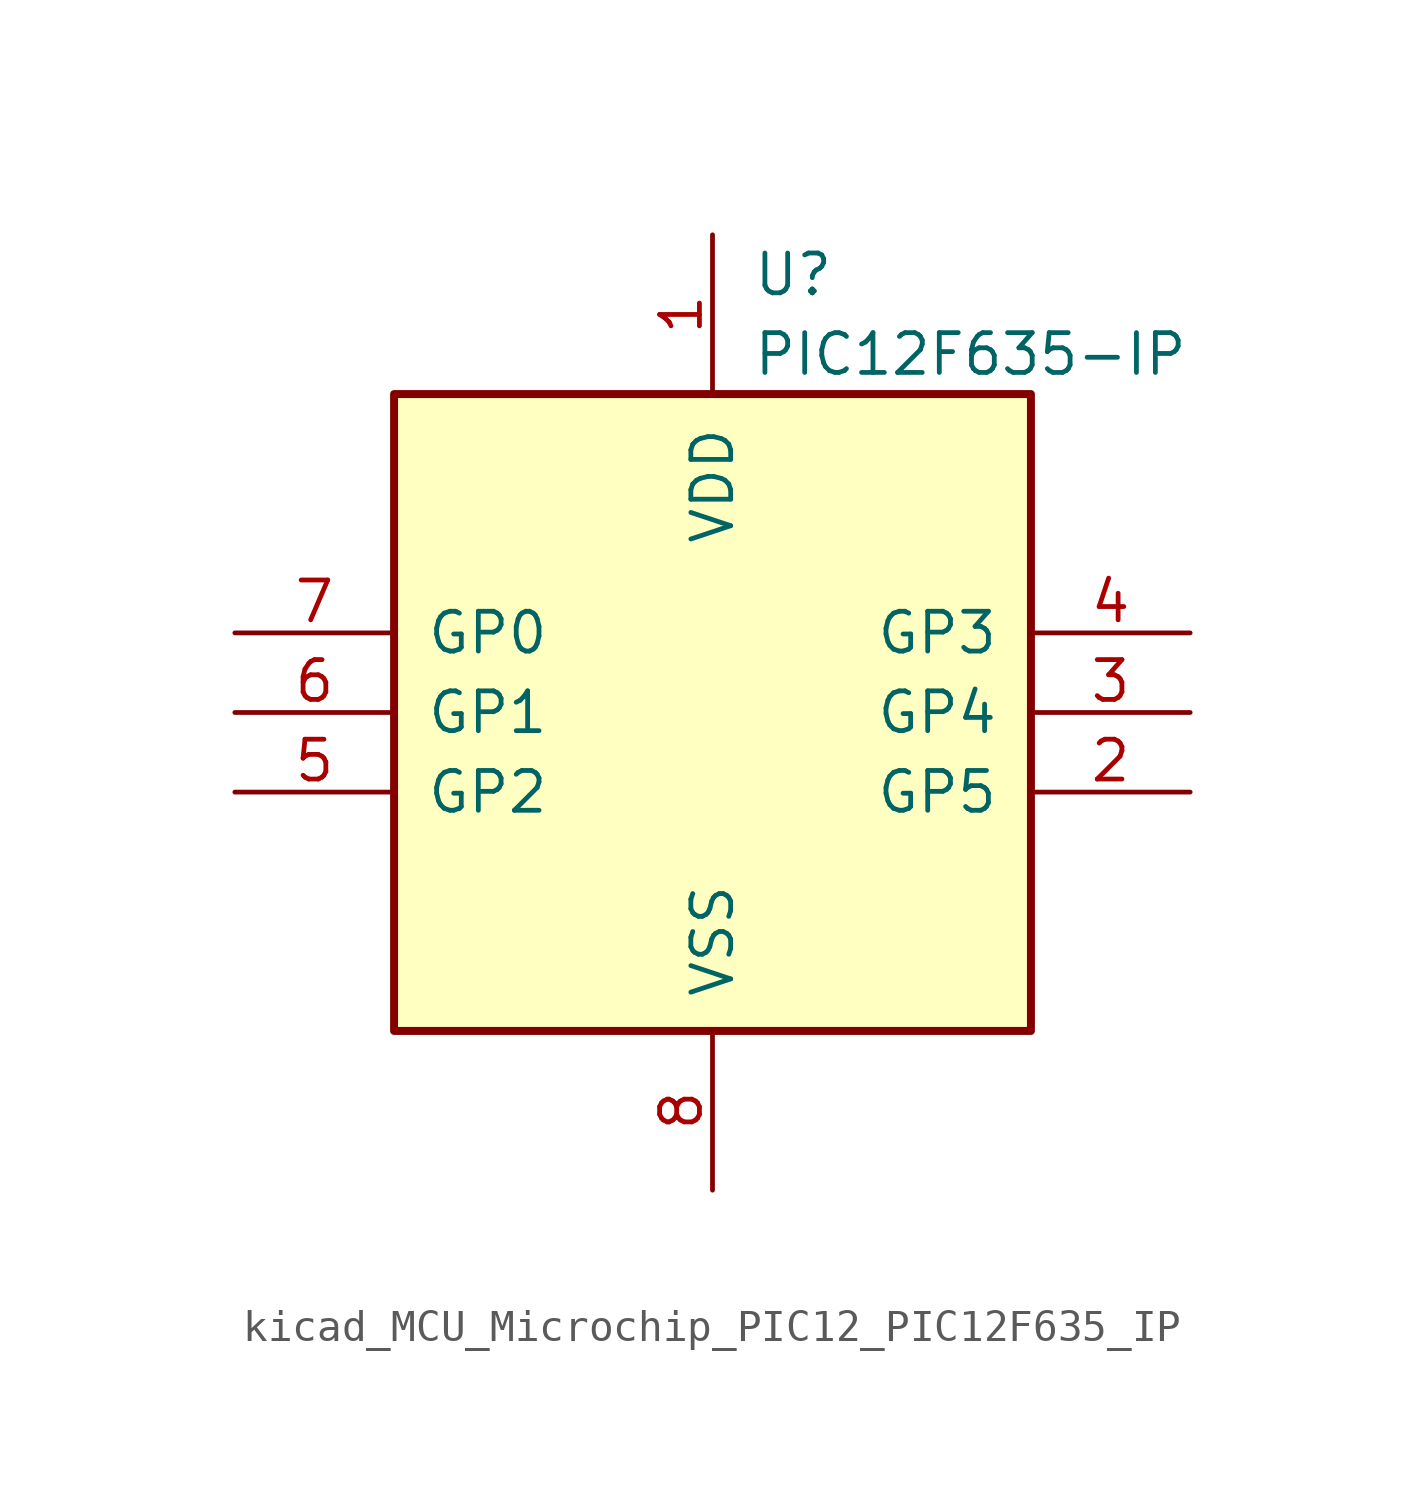
<source format=kicad_sym>
(kicad_symbol_lib
  (version 20220914)
  (generator kicad_symbol_editor)
  (symbol "kicad_MCU_Microchip_PIC12_PIC12F635_IP"
    (pin_names
      (offset 1.016))
    (property "Reference" "U"
      (at 1.27 13.97 0)
      (effects (font (size 1.27 1.27)) (justify left)))
    (property "Value" "PIC12F635-IP"
      (at 1.27 11.43 0)
      (effects (font (size 1.27 1.27)) (justify left)))
    (symbol "kicad_MCU_Microchip_PIC12_PIC12F635_IP_0_1"
      (rectangle (start 10.16 -10.16) (end -10.16 10.16) (stroke (width 0.254) (type default)) (fill (type background))))
    (symbol "kicad_MCU_Microchip_PIC12_PIC12F635_IP_1_1"
      (pin power_in line (at 0 15.24 270) (length 5.08) (name "VDD" (effects (font (size 1.27 1.27)))) (number "1" (effects (font (size 1.27 1.27)))))
      (pin bidirectional line (at 15.24 -2.54 180) (length 5.08) (name "GP5" (effects (font (size 1.27 1.27)))) (number "2" (effects (font (size 1.27 1.27)))))
      (pin bidirectional line (at 15.24 0 180) (length 5.08) (name "GP4" (effects (font (size 1.27 1.27)))) (number "3" (effects (font (size 1.27 1.27)))))
      (pin input line (at 15.24 2.54 180) (length 5.08) (name "GP3" (effects (font (size 1.27 1.27)))) (number "4" (effects (font (size 1.27 1.27)))))
      (pin bidirectional line (at -15.24 -2.54 0) (length 5.08) (name "GP2" (effects (font (size 1.27 1.27)))) (number "5" (effects (font (size 1.27 1.27)))))
      (pin bidirectional line (at -15.24 0 0) (length 5.08) (name "GP1" (effects (font (size 1.27 1.27)))) (number "6" (effects (font (size 1.27 1.27)))))
      (pin bidirectional line (at -15.24 2.54 0) (length 5.08) (name "GP0" (effects (font (size 1.27 1.27)))) (number "7" (effects (font (size 1.27 1.27)))))
      (pin power_in line (at 0 -15.24 90) (length 5.08) (name "VSS" (effects (font (size 1.27 1.27)))) (number "8" (effects (font (size 1.27 1.27))))))))
</source>
